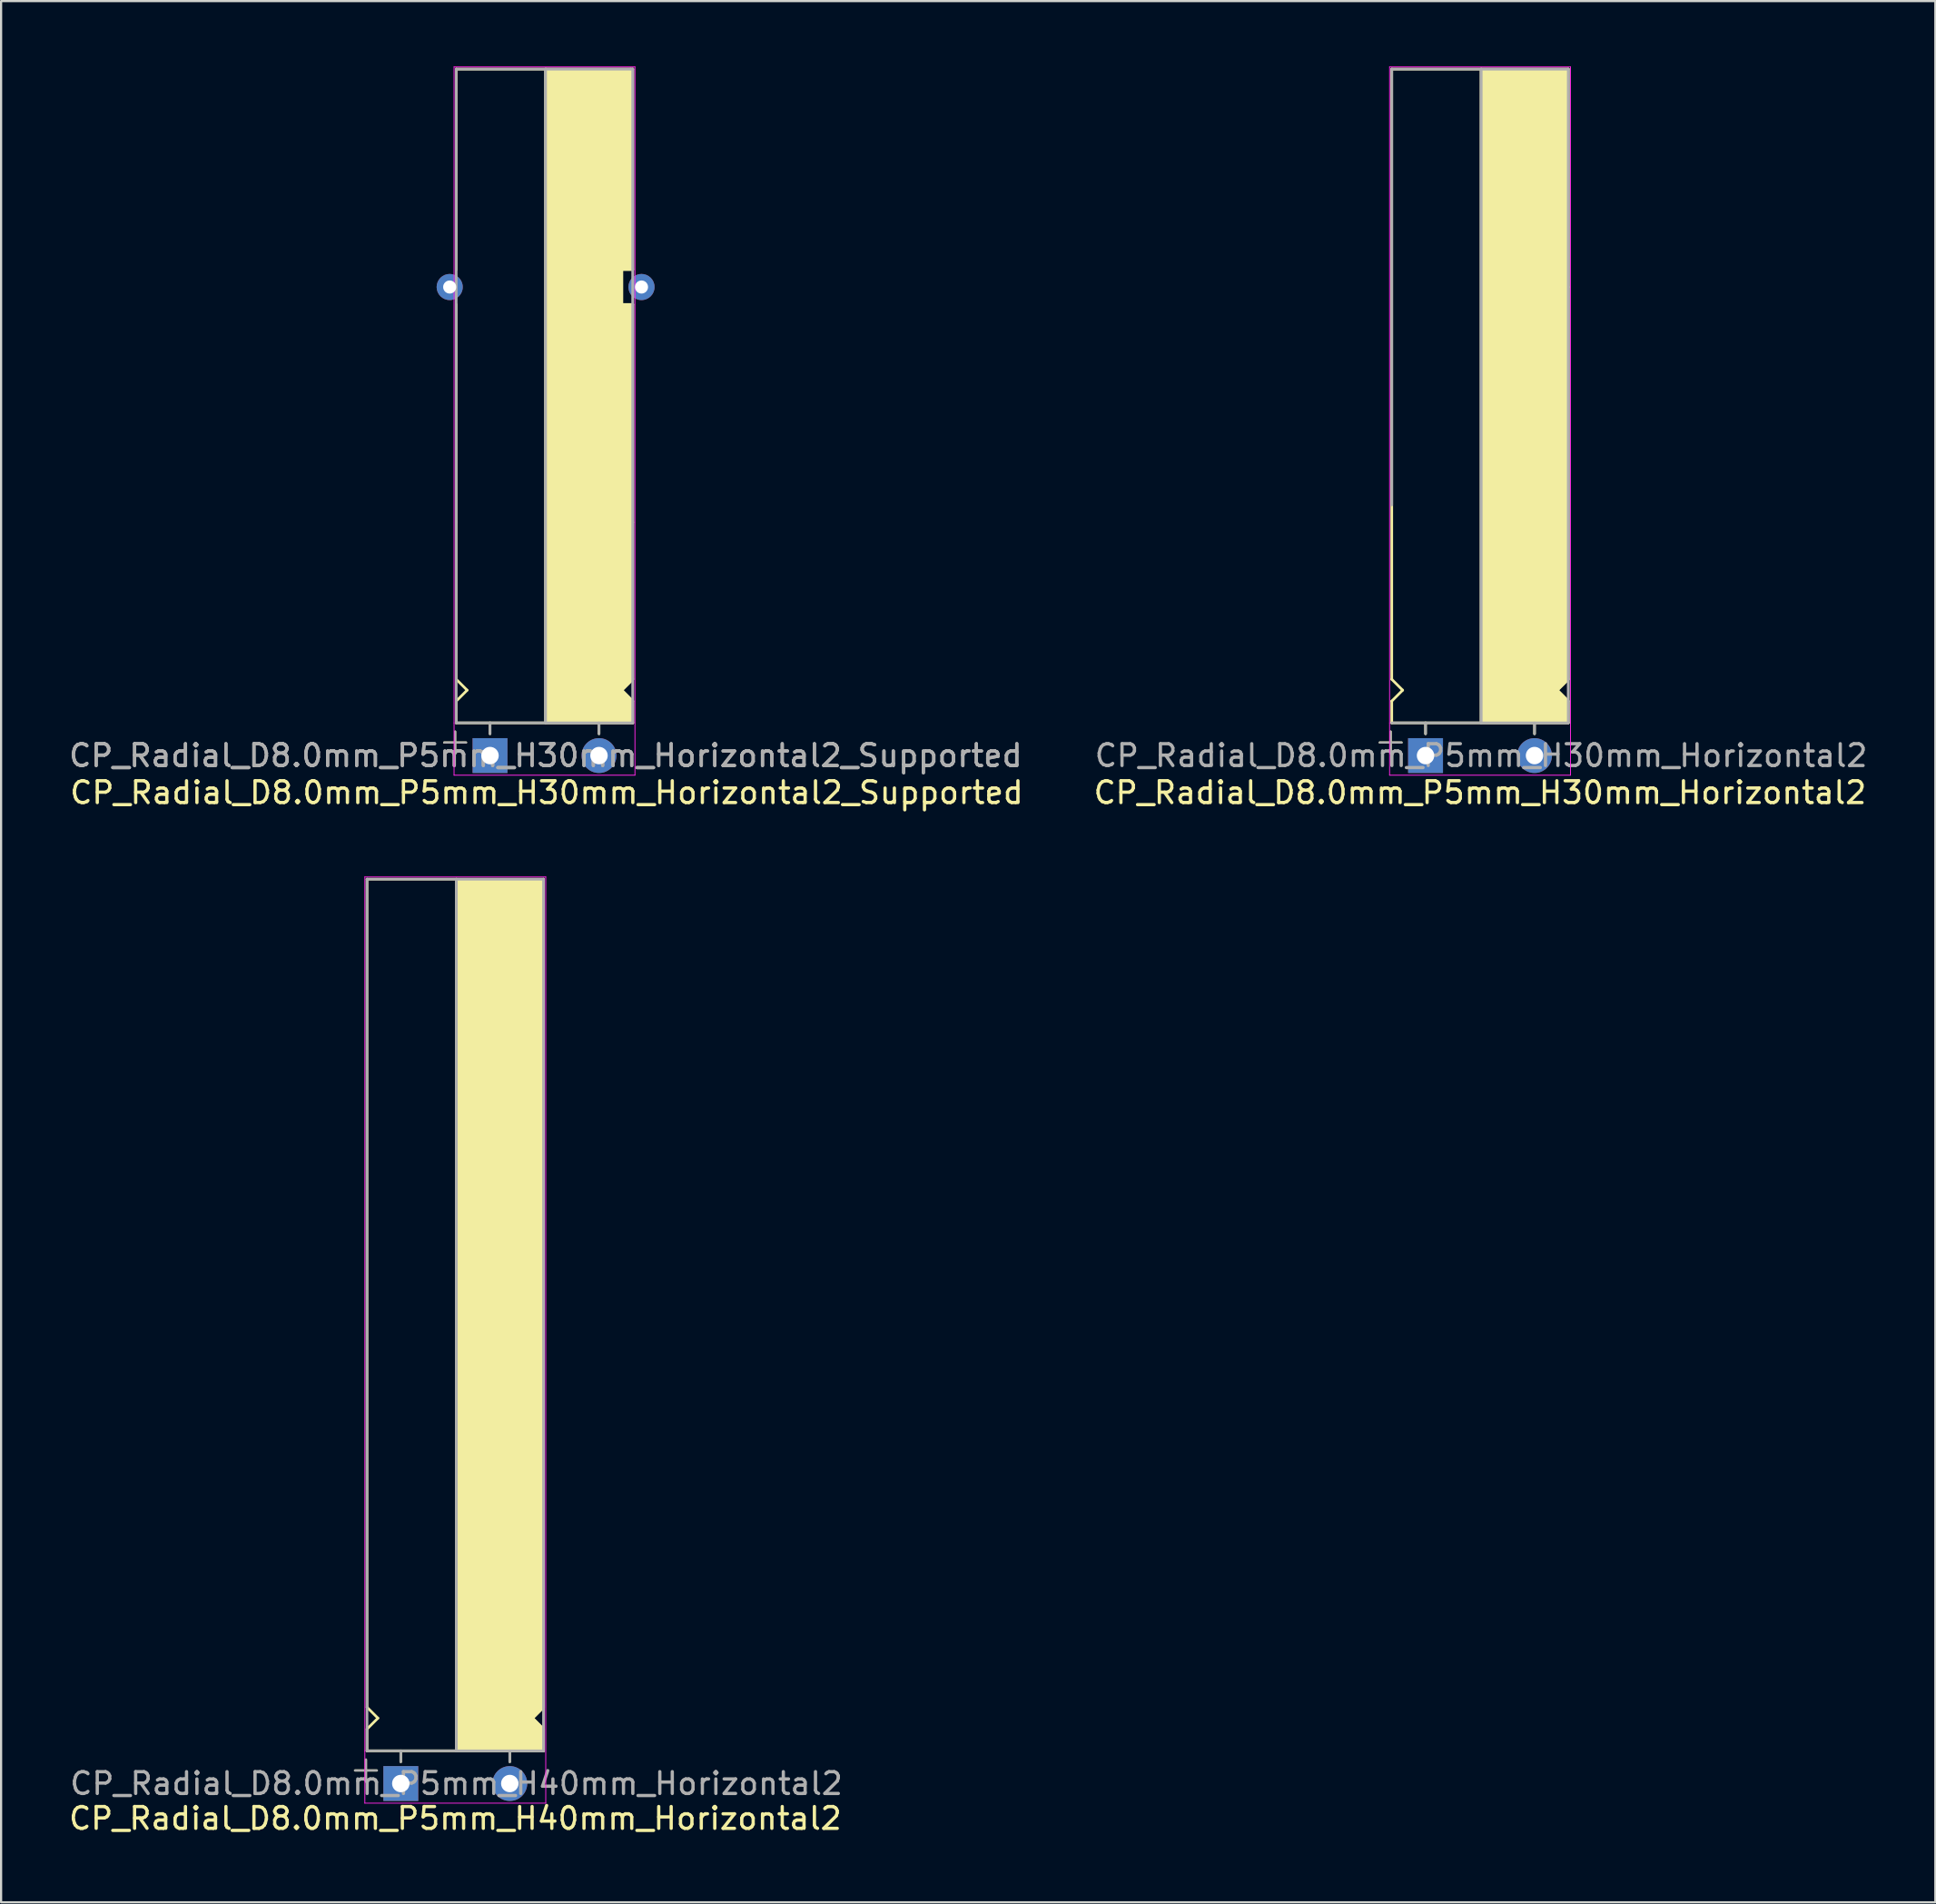
<source format=kicad_pcb>
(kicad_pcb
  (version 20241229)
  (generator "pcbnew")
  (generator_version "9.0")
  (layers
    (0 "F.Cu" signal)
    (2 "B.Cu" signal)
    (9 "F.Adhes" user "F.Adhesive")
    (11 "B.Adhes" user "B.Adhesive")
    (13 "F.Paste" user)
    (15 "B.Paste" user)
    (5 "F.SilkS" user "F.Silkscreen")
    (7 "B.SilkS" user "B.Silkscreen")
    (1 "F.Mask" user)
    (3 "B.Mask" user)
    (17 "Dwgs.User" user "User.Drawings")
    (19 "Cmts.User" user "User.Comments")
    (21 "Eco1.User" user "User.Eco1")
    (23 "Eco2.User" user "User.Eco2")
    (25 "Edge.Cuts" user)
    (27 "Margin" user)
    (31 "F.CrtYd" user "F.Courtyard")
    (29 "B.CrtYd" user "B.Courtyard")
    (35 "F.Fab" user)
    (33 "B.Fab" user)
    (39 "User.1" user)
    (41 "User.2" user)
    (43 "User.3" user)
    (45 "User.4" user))
  (footprint "CP_Radial_D8.0mm_P5mm_H30mm_Horizontal2_Supported"
    (layer "F.Cu")
    (at 20.232 31.62)
    (property "Reference" "CP_Radial_D8.0mm_P5mm_H30mm_Horizontal2_Supported" (at 1.8 1.7 0) (layer "F.SilkS") (effects (font (size 1 1) (thickness 0.15))))
    (attr through_hole)
    (fp_line (start -2.9 -0.6) (end -1.9 -0.6) (stroke (width 0.1) (type solid)) (layer "F.SilkS"))
    (fp_line (start -2.4 -0.1) (end -2.4 -1.1) (stroke (width 0.1) (type solid)) (layer "F.SilkS"))
    (fp_line (start -2.35 -31.5) (end 5.65 -31.5) (stroke (width 0.12) (type solid)) (layer "F.SilkS"))
    (fp_line (start -2.35 -22.3) (end -2.35 -31.5) (stroke (width 0.12) (type solid)) (layer "F.SilkS"))
    (fp_line (start -2.35 -10.7) (end -2.35 -20.7) (stroke (width 0.12) (type solid)) (layer "F.SilkS"))
    (fp_line (start -2.35 -10.7) (end -2.35 -3.5) (stroke (width 0.12) (type solid)) (layer "F.SilkS"))
    (fp_line (start -2.35 -2.5) (end -1.85 -3) (stroke (width 0.12) (type solid)) (layer "F.SilkS"))
    (fp_line (start -2.35 -1.5) (end -2.35 -2.5) (stroke (width 0.12) (type solid)) (layer "F.SilkS"))
    (fp_line (start -2.35 -1.5) (end 5.75 -1.5) (stroke (width 0.12) (type solid)) (layer "F.SilkS"))
    (fp_line (start -1.85 -3) (end -2.35 -3.5) (stroke (width 0.12) (type solid)) (layer "F.SilkS"))
    (fp_line (start -0.8 -1) (end -0.8 -1.5) (stroke (width 0.12) (type solid)) (layer "F.SilkS"))
    (fp_line (start 1.75 -31.5) (end 1.75 -1.5) (stroke (width 0.12) (type solid)) (layer "F.SilkS"))
    (fp_line (start 4.2 -1) (end 4.2 -1.5) (stroke (width 0.12) (type solid)) (layer "F.SilkS"))
    (fp_line (start 5.25 -22.3) (end 5.75 -22.3) (stroke (width 0.12) (type solid)) (layer "F.SilkS"))
    (fp_line (start 5.25 -20.7) (end 5.25 -22.3) (stroke (width 0.12) (type solid)) (layer "F.SilkS"))
    (fp_line (start 5.25 -3) (end 5.75 -2.5) (stroke (width 0.12) (type solid)) (layer "F.SilkS"))
    (fp_line (start 5.75 -31.5) (end 5.65 -31.5) (stroke (width 0.12) (type solid)) (layer "F.SilkS"))
    (fp_line (start 5.75 -22.3) (end 5.75 -31.5) (stroke (width 0.12) (type solid)) (layer "F.SilkS"))
    (fp_line (start 5.75 -20.7) (end 5.25 -20.7) (stroke (width 0.12) (type solid)) (layer "F.SilkS"))
    (fp_line (start 5.75 -20.7) (end 5.75 -10.7) (stroke (width 0.12) (type solid)) (layer "F.SilkS"))
    (fp_line (start 5.75 -10.7) (end 5.75 -3.5) (stroke (width 0.12) (type solid)) (layer "F.SilkS"))
    (fp_line (start 5.75 -3.5) (end 5.25 -3) (stroke (width 0.12) (type solid)) (layer "F.SilkS"))
    (fp_line (start 5.75 -2.5) (end 5.75 -1.5) (stroke (width 0.12) (type solid)) (layer "F.SilkS"))
    (fp_poly (pts (xy 5.75 -2.5) (xy 5.25 -3) (xy 5.75 -3.5) (xy 5.75 -20.7) (xy 5.25 -20.7) (xy 5.25 -22.3) (xy 5.75 -22.3) (xy 5.75 -31.5) (xy 1.75 -31.5) (xy 1.75 -1.5) (xy 5.75 -1.5)) (stroke (width 0.1) (type solid)) (fill yes) (layer "F.SilkS"))
    (fp_line (start -2.45 -31.6) (end -2.45 -1.5) (stroke (width 0.04) (type solid)) (layer "F.CrtYd"))
    (fp_line (start -2.45 -1.5) (end -2.45 0.9) (stroke (width 0.04) (type solid)) (layer "F.CrtYd"))
    (fp_line (start -2.45 0.9) (end 5.85 0.9) (stroke (width 0.04) (type solid)) (layer "F.CrtYd"))
    (fp_line (start 5.85 -31.6) (end -2.45 -31.6) (stroke (width 0.04) (type solid)) (layer "F.CrtYd"))
    (fp_line (start 5.85 0.9) (end 5.85 -31.6) (stroke (width 0.04) (type solid)) (layer "F.CrtYd"))
    (fp_line (start -2.9 -0.6) (end -1.9 -0.6) (stroke (width 0.1) (type solid)) (layer "F.Fab"))
    (fp_line (start -2.4 -0.1) (end -2.4 -1.1) (stroke (width 0.1) (type solid)) (layer "F.Fab"))
    (fp_line (start -2.35 -31.5) (end -2.35 -1.5) (stroke (width 0.12) (type solid)) (layer "F.Fab"))
    (fp_line (start -2.35 -1.5) (end 5.75 -1.5) (stroke (width 0.12) (type solid)) (layer "F.Fab"))
    (fp_line (start -0.8 -1.5) (end -0.8 -1) (stroke (width 0.12) (type solid)) (layer "F.Fab"))
    (fp_line (start 1.75 -1.5) (end 1.75 -31.5) (stroke (width 0.12) (type solid)) (layer "F.Fab"))
    (fp_line (start 4.2 -1.5) (end 4.2 -1) (stroke (width 0.12) (type solid)) (layer "F.Fab"))
    (fp_line (start 5.75 -31.5) (end -2.35 -31.5) (stroke (width 0.12) (type solid)) (layer "F.Fab"))
    (fp_line (start 5.75 -1.5) (end 5.75 -31.5) (stroke (width 0.12) (type solid)) (layer "F.Fab"))
    (fp_poly (pts (xy 5.75 -1.5) (xy 1.75 -1.5) (xy 1.75 -31.5) (xy 5.75 -31.5)) (stroke (width 0.1) (type solid)) (fill no) (layer "F.Fab"))
    (fp_text user "${REFERENCE}" (at 1.75 0 0) (layer "F.Fab") (effects (font (size 1 1) (thickness 0.15))))
    (fp_text user "${REFERENCE}" (at 1.75 0 0) (layer "F.Fab") (effects (font (size 1 1) (thickness 0.15))))
    (pad "" thru_hole circle (at -2.65 -21.5 180) (size 1.2 1.2) (drill 0.6) (layers "*.Cu" "*.Mask"))
    (pad "" thru_hole circle (at 6.15 -21.5 180) (size 1.2 1.2) (drill 0.6) (layers "*.Cu" "*.Mask"))
    (pad "1" thru_hole rect (at -0.8 0) (size 1.6 1.6) (drill 0.8) (layers "*.Cu" "*.Mask"))
    (pad "2" thru_hole circle (at 4.2 0) (size 1.6 1.6) (drill 0.8) (layers "*.Cu" "*.Mask")))
  (footprint "CP_Radial_D8.0mm_P5mm_H40mm_Horizontal2"
    (layer "F.Cu")
    (at 16.139 78.788)
    (property "Reference" "CP_Radial_D8.0mm_P5mm_H40mm_Horizontal2" (at 1.7 1.6 0) (layer "F.SilkS") (effects (font (size 1 1) (thickness 0.15))))
    (attr through_hole)
    (fp_line (start -2.9 -0.6) (end -1.9 -0.6) (stroke (width 0.1) (type solid)) (layer "F.SilkS"))
    (fp_line (start -2.4 -0.1) (end -2.4 -1.1) (stroke (width 0.1) (type solid)) (layer "F.SilkS"))
    (fp_line (start -2.35 -41.5) (end 5.75 -41.5) (stroke (width 0.12) (type solid)) (layer "F.SilkS"))
    (fp_line (start -2.35 -3.5) (end -2.35 -41.5) (stroke (width 0.12) (type solid)) (layer "F.SilkS"))
    (fp_line (start -2.35 -3.5) (end -1.85 -3) (stroke (width 0.12) (type solid)) (layer "F.SilkS"))
    (fp_line (start -2.35 -2.5) (end -2.35 -1.5) (stroke (width 0.12) (type solid)) (layer "F.SilkS"))
    (fp_line (start -2.35 -1.5) (end 5.75 -1.5) (stroke (width 0.12) (type solid)) (layer "F.SilkS"))
    (fp_line (start -1.85 -3) (end -2.35 -2.5) (stroke (width 0.12) (type solid)) (layer "F.SilkS"))
    (fp_line (start -0.8 -1) (end -0.8 -1.5) (stroke (width 0.12) (type solid)) (layer "F.SilkS"))
    (fp_line (start 1.75 -41.5) (end 1.75 -1.5) (stroke (width 0.12) (type solid)) (layer "F.SilkS"))
    (fp_line (start 4.2 -1) (end 4.2 -1.5) (stroke (width 0.12) (type solid)) (layer "F.SilkS"))
    (fp_line (start 5.25 -3) (end 5.75 -2.5) (stroke (width 0.12) (type solid)) (layer "F.SilkS"))
    (fp_line (start 5.75 -21.5) (end 5.65 -21.5) (stroke (width 0.12) (type solid)) (layer "F.SilkS"))
    (fp_line (start 5.75 -3.5) (end 5.25 -3) (stroke (width 0.12) (type solid)) (layer "F.SilkS"))
    (fp_line (start 5.75 -3.5) (end 5.75 -41.5) (stroke (width 0.12) (type solid)) (layer "F.SilkS"))
    (fp_line (start 5.75 -2.5) (end 5.75 -1.5) (stroke (width 0.12) (type solid)) (layer "F.SilkS"))
    (fp_poly (pts (xy 5.75 -2.5) (xy 5.25 -3) (xy 5.75 -3.5) (xy 5.75 -41.5) (xy 1.75 -41.5) (xy 1.75 -1.5) (xy 5.75 -1.5)) (stroke (width 0.1) (type solid)) (fill yes) (layer "F.SilkS"))
    (fp_line (start -2.45 -41.6) (end -2.45 -1.5) (stroke (width 0.04) (type solid)) (layer "F.CrtYd"))
    (fp_line (start -2.45 -1.5) (end -2.45 0.9) (stroke (width 0.04) (type solid)) (layer "F.CrtYd"))
    (fp_line (start -2.45 0.9) (end 5.85 0.9) (stroke (width 0.04) (type solid)) (layer "F.CrtYd"))
    (fp_line (start 5.85 -41.6) (end -2.45 -41.6) (stroke (width 0.04) (type solid)) (layer "F.CrtYd"))
    (fp_line (start 5.85 0.9) (end 5.85 -41.6) (stroke (width 0.04) (type solid)) (layer "F.CrtYd"))
    (fp_line (start -2.9 -0.6) (end -1.9 -0.6) (stroke (width 0.1) (type solid)) (layer "F.Fab"))
    (fp_line (start -2.4 -0.1) (end -2.4 -1.1) (stroke (width 0.1) (type solid)) (layer "F.Fab"))
    (fp_line (start -2.35 -41.5) (end -2.35 -1.5) (stroke (width 0.12) (type solid)) (layer "F.Fab"))
    (fp_line (start -2.35 -1.5) (end 5.75 -1.5) (stroke (width 0.12) (type solid)) (layer "F.Fab"))
    (fp_line (start -0.8 -1.5) (end -0.8 -1) (stroke (width 0.12) (type solid)) (layer "F.Fab"))
    (fp_line (start 1.75 -1.5) (end 1.75 -41.5) (stroke (width 0.12) (type solid)) (layer "F.Fab"))
    (fp_line (start 4.2 -1.5) (end 4.2 -1) (stroke (width 0.12) (type solid)) (layer "F.Fab"))
    (fp_line (start 5.75 -41.5) (end -2.35 -41.5) (stroke (width 0.12) (type solid)) (layer "F.Fab"))
    (fp_line (start 5.75 -1.5) (end 5.75 -41.5) (stroke (width 0.12) (type solid)) (layer "F.Fab"))
    (fp_poly (pts (xy 5.75 -41.5) (xy 1.75 -41.5) (xy 1.75 -1.5) (xy 5.75 -1.5)) (stroke (width 0.1) (type solid)) (fill no) (layer "F.Fab"))
    (fp_text user "${REFERENCE}" (at 1.75 0 0) (layer "F.Fab") (effects (font (size 1 1) (thickness 0.15))))
    (pad "1" thru_hole rect (at -0.8 0) (size 1.6 1.6) (drill 0.8) (layers "*.Cu" "*.Mask"))
    (pad "2" thru_hole circle (at 4.2 0) (size 1.6 1.6) (drill 0.8) (layers "*.Cu" "*.Mask")))
  (footprint "CP_Radial_D8.0mm_P5mm_H30mm_Horizontal2"
    (layer "F.Cu")
    (at 63.154 31.62)
    (property "Reference" "CP_Radial_D8.0mm_P5mm_H30mm_Horizontal2" (at 1.7 1.7 0) (layer "F.SilkS") (effects (font (size 1 1) (thickness 0.15))))
    (attr through_hole)
    (fp_line (start -2.9 -0.6) (end -1.9 -0.6) (stroke (width 0.1) (type solid)) (layer "F.SilkS"))
    (fp_line (start -2.4 -0.1) (end -2.4 -1.1) (stroke (width 0.1) (type solid)) (layer "F.SilkS"))
    (fp_line (start -2.35 -31.5) (end 5.75 -31.5) (stroke (width 0.12) (type solid)) (layer "F.SilkS"))
    (fp_line (start -2.35 -3.5) (end -2.35 -31.5) (stroke (width 0.12) (type solid)) (layer "F.SilkS"))
    (fp_line (start -2.35 -3.5) (end -1.85 -3) (stroke (width 0.12) (type solid)) (layer "F.SilkS"))
    (fp_line (start -2.35 -2.5) (end -2.35 -1.5) (stroke (width 0.12) (type solid)) (layer "F.SilkS"))
    (fp_line (start -2.35 -1.5) (end 5.75 -1.5) (stroke (width 0.12) (type solid)) (layer "F.SilkS"))
    (fp_line (start -1.85 -3) (end -2.35 -2.5) (stroke (width 0.12) (type solid)) (layer "F.SilkS"))
    (fp_line (start -0.8 -1) (end -0.8 -1.5) (stroke (width 0.12) (type solid)) (layer "F.SilkS"))
    (fp_line (start 1.75 -31.5) (end 1.75 -1.5) (stroke (width 0.12) (type solid)) (layer "F.SilkS"))
    (fp_line (start 4.2 -1) (end 4.2 -1.5) (stroke (width 0.12) (type solid)) (layer "F.SilkS"))
    (fp_line (start 5.25 -3) (end 5.75 -2.5) (stroke (width 0.12) (type solid)) (layer "F.SilkS"))
    (fp_line (start 5.75 -21.5) (end 5.65 -21.5) (stroke (width 0.12) (type solid)) (layer "F.SilkS"))
    (fp_line (start 5.75 -3.5) (end 5.25 -3) (stroke (width 0.12) (type solid)) (layer "F.SilkS"))
    (fp_line (start 5.75 -3.5) (end 5.75 -31.5) (stroke (width 0.12) (type solid)) (layer "F.SilkS"))
    (fp_line (start 5.75 -2.5) (end 5.75 -1.5) (stroke (width 0.12) (type solid)) (layer "F.SilkS"))
    (fp_poly (pts (xy 5.75 -2.5) (xy 5.25 -3) (xy 5.75 -3.5) (xy 5.75 -31.5) (xy 1.75 -31.5) (xy 1.75 -1.5) (xy 5.75 -1.5)) (stroke (width 0.1) (type solid)) (fill yes) (layer "F.SilkS"))
    (fp_line (start -2.45 -31.6) (end -2.45 -1.5) (stroke (width 0.04) (type solid)) (layer "F.CrtYd"))
    (fp_line (start -2.45 -1.5) (end -2.45 0.9) (stroke (width 0.04) (type solid)) (layer "F.CrtYd"))
    (fp_line (start -2.45 0.9) (end 5.85 0.9) (stroke (width 0.04) (type solid)) (layer "F.CrtYd"))
    (fp_line (start 5.85 -31.6) (end -2.45 -31.6) (stroke (width 0.04) (type solid)) (layer "F.CrtYd"))
    (fp_line (start 5.85 0.9) (end 5.85 -31.6) (stroke (width 0.04) (type solid)) (layer "F.CrtYd"))
    (fp_line (start -2.9 -0.6) (end -1.9 -0.6) (stroke (width 0.1) (type solid)) (layer "F.Fab"))
    (fp_line (start -2.4 -0.1) (end -2.4 -1.1) (stroke (width 0.1) (type solid)) (layer "F.Fab"))
    (fp_line (start -2.35 -31.5) (end -2.35 -11.5) (stroke (width 0.12) (type solid)) (layer "F.Fab"))
    (fp_line (start -2.35 -1.5) (end 5.75 -1.5) (stroke (width 0.12) (type solid)) (layer "F.Fab"))
    (fp_line (start -0.8 -1.5) (end -0.8 -1) (stroke (width 0.12) (type solid)) (layer "F.Fab"))
    (fp_line (start 1.75 -1.5) (end 1.75 -31.5) (stroke (width 0.12) (type solid)) (layer "F.Fab"))
    (fp_line (start 4.2 -1.5) (end 4.2 -1) (stroke (width 0.12) (type solid)) (layer "F.Fab"))
    (fp_line (start 5.75 -31.5) (end -2.35 -31.5) (stroke (width 0.12) (type solid)) (layer "F.Fab"))
    (fp_line (start 5.75 -1.5) (end 5.75 -31.5) (stroke (width 0.12) (type solid)) (layer "F.Fab"))
    (fp_poly (pts (xy 5.75 -31.5) (xy 1.75 -31.5) (xy 1.75 -1.5) (xy 5.75 -1.5)) (stroke (width 0.1) (type solid)) (fill no) (layer "F.Fab"))
    (fp_text user "${REFERENCE}" (at 1.75 0 0) (layer "F.Fab") (effects (font (size 1 1) (thickness 0.15))))
    (pad "1" thru_hole rect (at -0.8 0) (size 1.6 1.6) (drill 0.8) (layers "*.Cu" "*.Mask"))
    (pad "2" thru_hole circle (at 4.2 0) (size 1.6 1.6) (drill 0.8) (layers "*.Cu" "*.Mask")))
  (gr_rect
    (start -3 -3)
    (end 85.743 84.237)
    (stroke (width 0.1) (type default))
    (fill no)
    (layer "Edge.Cuts")))
</source>
